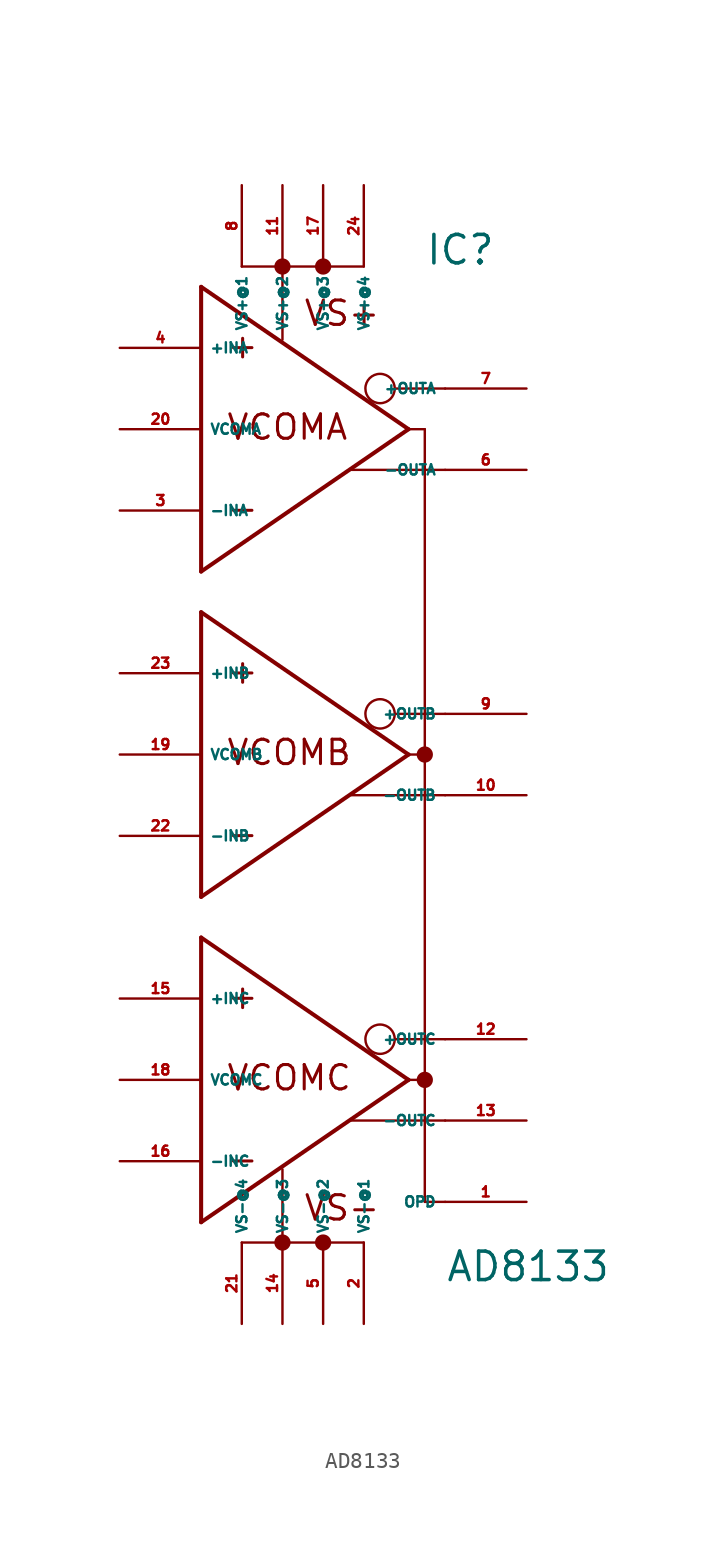
<source format=kicad_sym>
(kicad_symbol_lib
  (version 20220914)
  (generator Eagle2Kicad)
  (symbol "AD8133"
    (property "Reference" "IC"
      (at 8.89 30.48 0)
      (effects (font (size 1.778 1.778) (thickness 0.22)) (justify left bottom)))
    (property "Value" "AD8133"
      (at 10.16 -33.02 0)
      (effects (font (size 1.778 1.778) (thickness 0.22)) (justify left bottom)))
    (polyline
      (pts (xy -5.08 29.21) (xy -5.08 11.43))
      (stroke (width 0.254) (type default))
      (fill (type none)))
    (polyline
      (pts (xy -5.08 11.43) (xy 7.874 20.32))
      (stroke (width 0.254) (type default))
      (fill (type none)))
    (polyline
      (pts (xy 7.874 20.32) (xy -5.08 29.21))
      (stroke (width 0.254) (type default))
      (fill (type none)))
    (polyline
      (pts (xy 10.16 17.78) (xy 4.318 17.78))
      (stroke (width 0.152) (type default))
      (fill (type none)))
    (polyline
      (pts (xy -5.08 8.89) (xy -5.08 -8.89))
      (stroke (width 0.254) (type default))
      (fill (type none)))
    (polyline
      (pts (xy -5.08 -8.89) (xy 7.874 0))
      (stroke (width 0.254) (type default))
      (fill (type none)))
    (polyline
      (pts (xy 7.874 0) (xy -5.08 8.89))
      (stroke (width 0.254) (type default))
      (fill (type none)))
    (polyline
      (pts (xy -5.08 -11.43) (xy -5.08 -29.21))
      (stroke (width 0.254) (type default))
      (fill (type none)))
    (polyline
      (pts (xy -5.08 -29.21) (xy 7.874 -20.32))
      (stroke (width 0.254) (type default))
      (fill (type none)))
    (polyline
      (pts (xy 7.874 -20.32) (xy -5.08 -11.43))
      (stroke (width 0.254) (type default))
      (fill (type none)))
    (polyline
      (pts (xy 7.874 20.32) (xy 8.89 20.32))
      (stroke (width 0.152) (type default))
      (fill (type none)))
    (polyline
      (pts (xy 8.89 20.32) (xy 8.89 0))
      (stroke (width 0.152) (type default))
      (fill (type none)))
    (polyline
      (pts (xy 8.89 0) (xy 7.874 0))
      (stroke (width 0.152) (type default))
      (fill (type none)))
    (polyline
      (pts (xy 8.89 0) (xy 8.89 -20.32))
      (stroke (width 0.152) (type default))
      (fill (type none)))
    (polyline
      (pts (xy 8.89 -20.32) (xy 7.874 -20.32))
      (stroke (width 0.152) (type default))
      (fill (type none)))
    (polyline
      (pts (xy 8.89 -20.32) (xy 8.89 -27.94))
      (stroke (width 0.152) (type default))
      (fill (type none)))
    (polyline
      (pts (xy 8.89 -27.94) (xy 10.16 -27.94))
      (stroke (width 0.152) (type default))
      (fill (type none)))
    (polyline
      (pts (xy 0 30.48) (xy 5.08 30.48))
      (stroke (width 0.152) (type default))
      (fill (type none)))
    (polyline
      (pts (xy 0 30.48) (xy 0 25.908))
      (stroke (width 0.152) (type default))
      (fill (type none)))
    (polyline
      (pts (xy 0 -30.48) (xy 5.08 -30.48))
      (stroke (width 0.152) (type default))
      (fill (type none)))
    (polyline
      (pts (xy 0 -30.48) (xy 0 -25.908))
      (stroke (width 0.152) (type default))
      (fill (type none)))
    (polyline
      (pts (xy -2.54 30.48) (xy 0 30.48))
      (stroke (width 0.152) (type default))
      (fill (type none)))
    (polyline
      (pts (xy -2.54 -30.48) (xy 0 -30.48))
      (stroke (width 0.152) (type default))
      (fill (type none)))
    (polyline
      (pts (xy 10.16 22.86) (xy 7.112 22.86))
      (stroke (width 0.152) (type default))
      (fill (type none)))
    (polyline
      (pts (xy 10.16 -2.54) (xy 4.318 -2.54))
      (stroke (width 0.152) (type default))
      (fill (type none)))
    (polyline
      (pts (xy 10.16 2.54) (xy 7.112 2.54))
      (stroke (width 0.152) (type default))
      (fill (type none)))
    (polyline
      (pts (xy 10.16 -22.86) (xy 4.318 -22.86))
      (stroke (width 0.152) (type default))
      (fill (type none)))
    (polyline
      (pts (xy 10.16 -17.78) (xy 7.112 -17.78))
      (stroke (width 0.152) (type default))
      (fill (type none)))
    (text "VS-"
      (at 1.27 -29.21 0)
      (effects (font (size 1.524 1.524) (thickness 0.19)) (justify left bottom)))
    (text "VS+"
      (at 1.27 26.67 0)
      (effects (font (size 1.524 1.524) (thickness 0.19)) (justify left bottom)))
    (text "VCOMA"
      (at -3.556 19.558 0)
      (effects (font (size 1.524 1.524) (thickness 0.19)) (justify left bottom)))
    (text "VCOMB"
      (at -3.556 -0.762 0)
      (effects (font (size 1.524 1.524) (thickness 0.19)) (justify left bottom)))
    (text "VCOMC"
      (at -3.556 -21.082 0)
      (effects (font (size 1.524 1.524) (thickness 0.19)) (justify left bottom)))
    (text "+"
      (at -3.556 24.638 0)
      (effects (font (size 1.524 1.524) (thickness 0.19)) (justify left bottom)))
    (text "-"
      (at -3.556 14.478 0)
      (effects (font (size 1.524 1.524) (thickness 0.19)) (justify left bottom)))
    (text "+"
      (at -3.556 4.318 0)
      (effects (font (size 1.524 1.524) (thickness 0.19)) (justify left bottom)))
    (text "-"
      (at -3.556 -5.842 0)
      (effects (font (size 1.524 1.524) (thickness 0.19)) (justify left bottom)))
    (text "+"
      (at -3.556 -16.002 0)
      (effects (font (size 1.524 1.524) (thickness 0.19)) (justify left bottom)))
    (text "-"
      (at -3.556 -26.162 0)
      (effects (font (size 1.524 1.524) (thickness 0.19)) (justify left bottom)))
    (circle
      (center 8.89 0)
      (radius 0.254)
      (stroke (width 0.508) (type default))
      (fill (type none)))
    (circle
      (center 8.89 -20.32)
      (radius 0.254)
      (stroke (width 0.508) (type default))
      (fill (type none)))
    (circle
      (center 0 30.48)
      (radius 0.254)
      (stroke (width 0.508) (type default))
      (fill (type none)))
    (circle
      (center 2.54 30.48)
      (radius 0.254)
      (stroke (width 0.508) (type default))
      (fill (type none)))
    (circle
      (center 0 -30.48)
      (radius 0.254)
      (stroke (width 0.508) (type default))
      (fill (type none)))
    (circle
      (center 2.54 -30.48)
      (radius 0.254)
      (stroke (width 0.508) (type default))
      (fill (type none)))
    (circle
      (center 6.096 22.86)
      (radius 0.916)
      (stroke (width 0.152) (type default))
      (fill (type none)))
    (circle
      (center 6.096 2.54)
      (radius 0.916)
      (stroke (width 0.152) (type default))
      (fill (type none)))
    (circle
      (center 6.096 -17.78)
      (radius 0.916)
      (stroke (width 0.152) (type default))
      (fill (type none)))
    (pin unspecified line
      (at 5.08 -35.56 90)
      (length 5.08)
      (name "VS-@1" (effects (font (size 0.635 0.635) (thickness 0.08)) (justify left bottom)))
      (number "2" (effects (font (size 0.635 0.635) (thickness 0.08)) (justify left bottom))))
    (pin unspecified line
      (at 2.54 -35.56 90)
      (length 5.08)
      (name "VS-@2" (effects (font (size 0.635 0.635) (thickness 0.08)) (justify left bottom)))
      (number "5" (effects (font (size 0.635 0.635) (thickness 0.08)) (justify left bottom))))
    (pin unspecified line
      (at 0 -35.56 90)
      (length 5.08)
      (name "VS-@3" (effects (font (size 0.635 0.635) (thickness 0.08)) (justify left bottom)))
      (number "14" (effects (font (size 0.635 0.635) (thickness 0.08)) (justify left bottom))))
    (pin unspecified line
      (at -2.54 -35.56 90)
      (length 5.08)
      (name "VS-@4" (effects (font (size 0.635 0.635) (thickness 0.08)) (justify left bottom)))
      (number "21" (effects (font (size 0.635 0.635) (thickness 0.08)) (justify left bottom))))
    (pin unspecified line
      (at -2.54 35.56 270)
      (length 5.08)
      (name "VS+@1" (effects (font (size 0.635 0.635) (thickness 0.08)) (justify left bottom)))
      (number "8" (effects (font (size 0.635 0.635) (thickness 0.08)) (justify left bottom))))
    (pin unspecified line
      (at 0 35.56 270)
      (length 5.08)
      (name "VS+@2" (effects (font (size 0.635 0.635) (thickness 0.08)) (justify left bottom)))
      (number "11" (effects (font (size 0.635 0.635) (thickness 0.08)) (justify left bottom))))
    (pin unspecified line
      (at 2.54 35.56 270)
      (length 5.08)
      (name "VS+@3" (effects (font (size 0.635 0.635) (thickness 0.08)) (justify left bottom)))
      (number "17" (effects (font (size 0.635 0.635) (thickness 0.08)) (justify left bottom))))
    (pin unspecified line
      (at 5.08 35.56 270)
      (length 5.08)
      (name "VS+@4" (effects (font (size 0.635 0.635) (thickness 0.08)) (justify left bottom)))
      (number "24" (effects (font (size 0.635 0.635) (thickness 0.08)) (justify left bottom))))
    (pin input line
      (at -10.16 25.4 0)
      (length 5.08)
      (name "+INA" (effects (font (size 0.635 0.635) (thickness 0.08)) (justify left bottom)))
      (number "4" (effects (font (size 0.635 0.635) (thickness 0.08)) (justify left bottom))))
    (pin input line
      (at -10.16 15.24 0)
      (length 5.08)
      (name "-INA" (effects (font (size 0.635 0.635) (thickness 0.08)) (justify left bottom)))
      (number "3" (effects (font (size 0.635 0.635) (thickness 0.08)) (justify left bottom))))
    (pin output line
      (at 15.24 22.86 180)
      (length 5.08)
      (name "+OUTA" (effects (font (size 0.635 0.635) (thickness 0.08)) (justify left bottom)))
      (number "7" (effects (font (size 0.635 0.635) (thickness 0.08)) (justify left bottom))))
    (pin output line
      (at 15.24 17.78 180)
      (length 5.08)
      (name "-OUTA" (effects (font (size 0.635 0.635) (thickness 0.08)) (justify left bottom)))
      (number "6" (effects (font (size 0.635 0.635) (thickness 0.08)) (justify left bottom))))
    (pin input line
      (at -10.16 20.32 0)
      (length 5.08)
      (name "VCOMA" (effects (font (size 0.635 0.635) (thickness 0.08)) (justify left bottom)))
      (number "20" (effects (font (size 0.635 0.635) (thickness 0.08)) (justify left bottom))))
    (pin input line
      (at -10.16 5.08 0)
      (length 5.08)
      (name "+INB" (effects (font (size 0.635 0.635) (thickness 0.08)) (justify left bottom)))
      (number "23" (effects (font (size 0.635 0.635) (thickness 0.08)) (justify left bottom))))
    (pin input line
      (at -10.16 -5.08 0)
      (length 5.08)
      (name "-INB" (effects (font (size 0.635 0.635) (thickness 0.08)) (justify left bottom)))
      (number "22" (effects (font (size 0.635 0.635) (thickness 0.08)) (justify left bottom))))
    (pin output line
      (at 15.24 2.54 180)
      (length 5.08)
      (name "+OUTB" (effects (font (size 0.635 0.635) (thickness 0.08)) (justify left bottom)))
      (number "9" (effects (font (size 0.635 0.635) (thickness 0.08)) (justify left bottom))))
    (pin output line
      (at 15.24 -2.54 180)
      (length 5.08)
      (name "-OUTB" (effects (font (size 0.635 0.635) (thickness 0.08)) (justify left bottom)))
      (number "10" (effects (font (size 0.635 0.635) (thickness 0.08)) (justify left bottom))))
    (pin input line
      (at -10.16 0 0)
      (length 5.08)
      (name "VCOMB" (effects (font (size 0.635 0.635) (thickness 0.08)) (justify left bottom)))
      (number "19" (effects (font (size 0.635 0.635) (thickness 0.08)) (justify left bottom))))
    (pin input line
      (at -10.16 -15.24 0)
      (length 5.08)
      (name "+INC" (effects (font (size 0.635 0.635) (thickness 0.08)) (justify left bottom)))
      (number "15" (effects (font (size 0.635 0.635) (thickness 0.08)) (justify left bottom))))
    (pin input line
      (at -10.16 -25.4 0)
      (length 5.08)
      (name "-INC" (effects (font (size 0.635 0.635) (thickness 0.08)) (justify left bottom)))
      (number "16" (effects (font (size 0.635 0.635) (thickness 0.08)) (justify left bottom))))
    (pin output line
      (at 15.24 -17.78 180)
      (length 5.08)
      (name "+OUTC" (effects (font (size 0.635 0.635) (thickness 0.08)) (justify left bottom)))
      (number "12" (effects (font (size 0.635 0.635) (thickness 0.08)) (justify left bottom))))
    (pin output line
      (at 15.24 -22.86 180)
      (length 5.08)
      (name "-OUTC" (effects (font (size 0.635 0.635) (thickness 0.08)) (justify left bottom)))
      (number "13" (effects (font (size 0.635 0.635) (thickness 0.08)) (justify left bottom))))
    (pin input line
      (at -10.16 -20.32 0)
      (length 5.08)
      (name "VCOMC" (effects (font (size 0.635 0.635) (thickness 0.08)) (justify left bottom)))
      (number "18" (effects (font (size 0.635 0.635) (thickness 0.08)) (justify left bottom))))
    (pin input line
      (at 15.24 -27.94 180)
      (length 5.08)
      (name "OPD" (effects (font (size 0.635 0.635) (thickness 0.08)) (justify left bottom)))
      (number "1" (effects (font (size 0.635 0.635) (thickness 0.08)) (justify left bottom))))))
</source>
